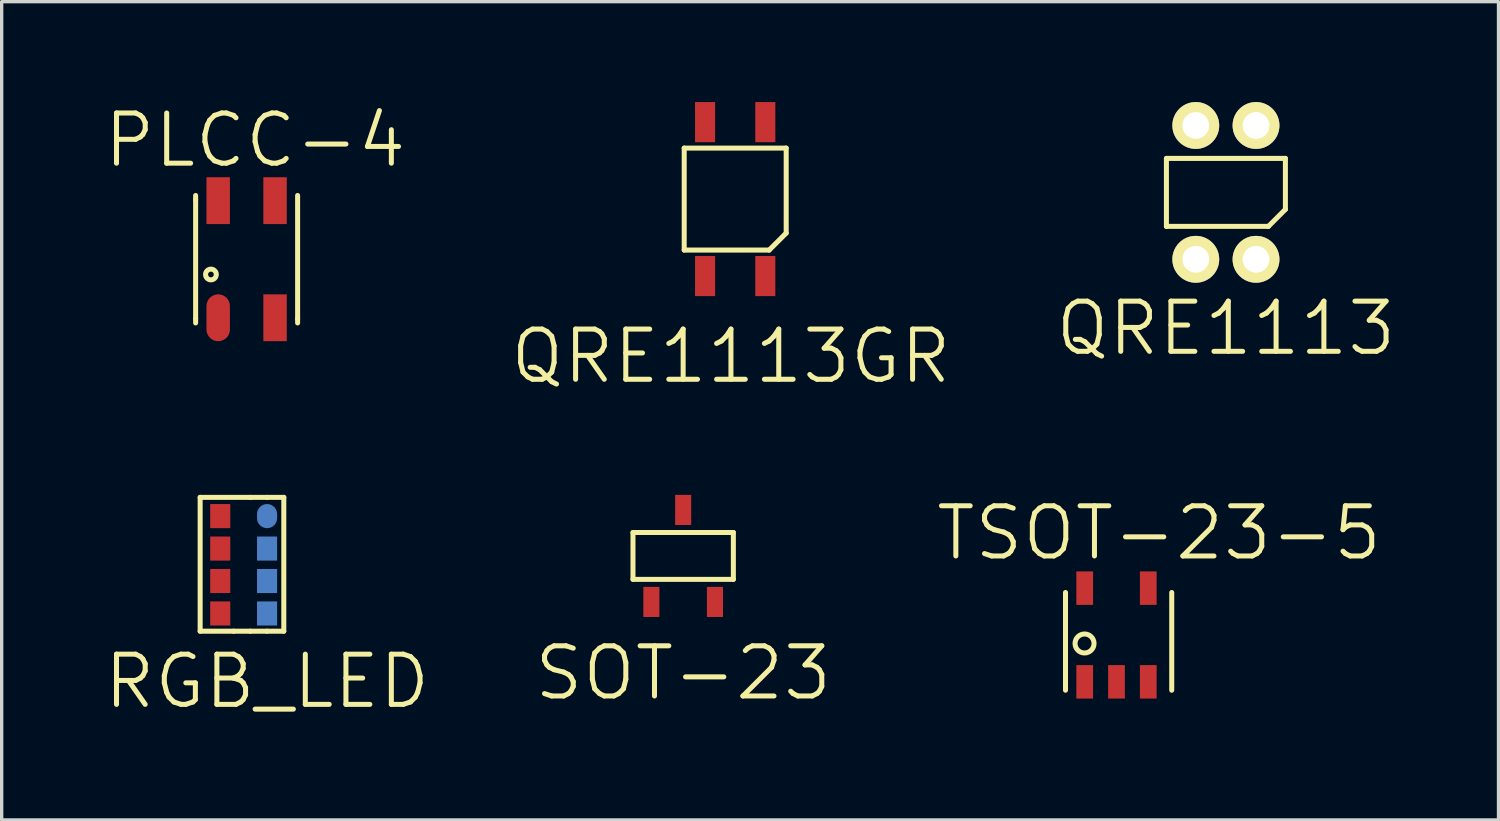
<source format=kicad_pcb>
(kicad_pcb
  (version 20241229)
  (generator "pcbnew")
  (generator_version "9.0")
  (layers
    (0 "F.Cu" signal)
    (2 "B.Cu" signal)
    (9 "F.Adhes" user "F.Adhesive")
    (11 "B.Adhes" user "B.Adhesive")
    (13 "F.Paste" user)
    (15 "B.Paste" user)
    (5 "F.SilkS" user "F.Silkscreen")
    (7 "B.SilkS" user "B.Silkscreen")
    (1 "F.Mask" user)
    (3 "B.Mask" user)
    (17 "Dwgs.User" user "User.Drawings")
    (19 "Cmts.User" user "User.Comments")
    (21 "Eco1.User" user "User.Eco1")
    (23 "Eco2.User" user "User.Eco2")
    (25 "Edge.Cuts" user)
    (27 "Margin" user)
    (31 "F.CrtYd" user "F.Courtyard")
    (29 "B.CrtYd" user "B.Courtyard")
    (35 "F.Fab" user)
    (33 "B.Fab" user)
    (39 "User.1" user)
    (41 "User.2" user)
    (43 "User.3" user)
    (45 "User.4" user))
  (footprint "QRE1113GR"
    (layer "F.Cu")
    (at 18.923 2.9)
    (property "Reference" "QRE1113GR" (at -0.127 4.699 0) (layer "F.SilkS") (effects (font (size 1.5 1.5) (thickness 0.15))))
    (attr through_hole)
    (fp_line (start -1.524 -1.524) (end 1.524 -1.524) (stroke (width 0.15) (type solid)) (layer "F.SilkS"))
    (fp_line (start -1.524 1.524) (end -1.524 -1.524) (stroke (width 0.15) (type solid)) (layer "F.SilkS"))
    (fp_line (start 1.016 1.524) (end -1.524 1.524) (stroke (width 0.15) (type solid)) (layer "F.SilkS"))
    (fp_line (start 1.524 -1.524) (end 1.524 1.016) (stroke (width 0.15) (type solid)) (layer "F.SilkS"))
    (fp_line (start 1.524 1.016) (end 1.016 1.524) (stroke (width 0.15) (type solid)) (layer "F.SilkS"))
    (pad "1" smd rect (at 0.9 2.3) (size 0.6 1.2) (layers "F.Cu" "F.Mask" "F.Paste"))
    (pad "2" smd rect (at 0.9 -2.3) (size 0.6 1.2) (layers "F.Cu" "F.Mask" "F.Paste"))
    (pad "3" smd rect (at -0.9 -2.3) (size 0.6 1.2) (layers "F.Cu" "F.Mask" "F.Paste"))
    (pad "4" smd rect (at -0.9 2.3) (size 0.6 1.2) (layers "F.Cu" "F.Mask" "F.Paste")))
  (footprint "SOT-23"
    (layer "F.Cu")
    (at 17.368 13.565)
    (property "Reference" "SOT-23" (at 0 3.5 0) (layer "F.SilkS") (effects (font (size 1.5 1.5) (thickness 0.15))))
    (attr through_hole)
    (fp_line (start -1.5 -0.7) (end 1.5 -0.7) (stroke (width 0.15) (type solid)) (layer "F.SilkS"))
    (fp_line (start -1.5 0.7) (end -1.5 -0.7) (stroke (width 0.15) (type solid)) (layer "F.SilkS"))
    (fp_line (start 1.5 -0.7) (end 1.5 0.7) (stroke (width 0.15) (type solid)) (layer "F.SilkS"))
    (fp_line (start 1.5 0.7) (end -1.5 0.7) (stroke (width 0.15) (type solid)) (layer "F.SilkS"))
    (pad "D" smd rect (at 0 -1.375) (size 0.48 0.9) (layers "F.Cu" "F.Mask" "F.Paste"))
    (pad "G" smd rect (at -0.95 1.375) (size 0.48 0.9) (layers "F.Cu" "F.Mask" "F.Paste"))
    (pad "S" smd rect (at 0.95 1.375) (size 0.48 0.9) (layers "F.Cu" "F.Mask" "F.Paste")))
  (footprint "PLCC-4"
    (layer "F.Cu")
    (at 4.321 4.697)
    (property "Reference" "PLCC-4" (at 0.254 -3.556 0) (layer "F.SilkS") (effects (font (size 1.5 1.5) (thickness 0.15))))
    (attr through_hole)
    (fp_line (start -1.524 -1.778) (end -1.524 -1.905) (stroke (width 0.15) (type solid)) (layer "F.SilkS"))
    (fp_line (start -1.524 -1.778) (end -1.524 1.778) (stroke (width 0.15) (type solid)) (layer "F.SilkS"))
    (fp_line (start -1.524 1.778) (end -1.524 1.905) (stroke (width 0.15) (type solid)) (layer "F.SilkS"))
    (fp_line (start 1.524 1.778) (end 1.524 -1.905) (stroke (width 0.15) (type solid)) (layer "F.SilkS"))
    (fp_line (start 1.524 1.778) (end 1.524 1.905) (stroke (width 0.15) (type solid)) (layer "F.SilkS"))
    (fp_circle (center -1.067 0.457) (end -1.219 0.406) (stroke (width 0.15) (type solid)) (fill no) (layer "F.SilkS"))
    (pad "BC" smd rect (at -0.85 -1.75) (size 0.7 1.4) (layers "F.Cu" "F.Mask" "F.Paste"))
    (pad "CA" smd oval (at -0.85 1.75) (size 0.7 1.4) (layers "F.Cu" "F.Mask" "F.Paste"))
    (pad "GC" smd rect (at 0.85 -1.75) (size 0.7 1.4) (layers "F.Cu" "F.Mask" "F.Paste"))
    (pad "RC" smd rect (at 0.85 1.75) (size 0.7 1.4) (layers "F.Cu" "F.Mask" "F.Paste")))
  (footprint "QRE1113"
    (layer "F.Cu")
    (at 33.589 2.7)
    (property "Reference" "QRE1113" (at 0 4.064 0) (layer "F.SilkS") (effects (font (size 1.5 1.5) (thickness 0.15))))
    (attr through_hole)
    (fp_line (start -1.778 -1.016) (end 1.778 -1.016) (stroke (width 0.15) (type solid)) (layer "F.SilkS"))
    (fp_line (start -1.778 1.016) (end -1.778 -1.016) (stroke (width 0.15) (type solid)) (layer "F.SilkS"))
    (fp_line (start 1.27 1.016) (end -1.778 1.016) (stroke (width 0.15) (type solid)) (layer "F.SilkS"))
    (fp_line (start 1.778 -1.016) (end 1.778 0.508) (stroke (width 0.15) (type solid)) (layer "F.SilkS"))
    (fp_line (start 1.778 0.508) (end 1.27 1.016) (stroke (width 0.15) (type solid)) (layer "F.SilkS"))
    (pad "1" thru_hole circle (at 0.9 2) (size 1.4 1.4) (drill 0.8) (layers "*.Cu" "*.Mask" "F.SilkS"))
    (pad "2" thru_hole circle (at 0.9 -2) (size 1.4 1.4) (drill 0.8) (layers "*.Cu" "*.Mask" "F.SilkS"))
    (pad "3" thru_hole circle (at -0.9 -2) (size 1.4 1.4) (drill 0.8) (layers "*.Cu" "*.Mask" "F.SilkS"))
    (pad "4" thru_hole circle (at -0.9 2) (size 1.4 1.4) (drill 0.8) (layers "*.Cu" "*.Mask" "F.SilkS")))
  (footprint "TSOT-23-5"
    (layer "F.Cu")
    (at 30.319 15.928)
    (property "Reference" "TSOT-23-5" (at 1.27 -3.048 0) (layer "F.SilkS") (effects (font (size 1.5 1.5) (thickness 0.15))))
    (attr through_hole)
    (fp_line (start -1.524 1.651) (end -1.524 -1.27) (stroke (width 0.15) (type solid)) (layer "F.SilkS"))
    (fp_line (start 1.651 -1.27) (end 1.651 1.651) (stroke (width 0.15) (type solid)) (layer "F.SilkS"))
    (fp_circle (center -0.955 0.254) (end -0.701 0.127) (stroke (width 0.15) (type solid)) (fill no) (layer "F.SilkS"))
    (pad "1" smd rect (at -0.95 1.4) (size 0.5 1) (layers "F.Cu" "F.Mask" "F.Paste"))
    (pad "2" smd rect (at 0 1.4) (size 0.5 1) (layers "F.Cu" "F.Mask" "F.Paste"))
    (pad "3" smd rect (at 0.95 1.4) (size 0.5 1) (layers "F.Cu" "F.Mask" "F.Paste"))
    (pad "4" smd rect (at 0.95 -1.4) (size 0.5 1) (layers "F.Cu" "F.Mask" "F.Paste"))
    (pad "5" smd rect (at -0.95 -1.4) (size 0.5 1) (layers "F.Cu" "F.Mask" "F.Paste")))
  (footprint "RGB_LED"
    (layer "F.Cu")
    (at 4.932 14.315)
    (property "Reference" "RGB_LED" (at 0 3 0) (layer "F.SilkS") (effects (font (size 1.5 1.5) (thickness 0.15))))
    (attr through_hole)
    (fp_line (start -2 -2.5) (end -2 1.5) (stroke (width 0.15) (type solid)) (layer "F.SilkS"))
    (fp_line (start -2 1.5) (end -1 1.5) (stroke (width 0.15) (type solid)) (layer "F.SilkS"))
    (fp_line (start -1 1.5) (end -0.5 1.5) (stroke (width 0.15) (type solid)) (layer "F.SilkS"))
    (fp_line (start -0.5 -2.5) (end -2 -2.5) (stroke (width 0.15) (type solid)) (layer "F.SilkS"))
    (fp_line (start -0.5 -2.5) (end 0 -2.5) (stroke (width 0.15) (type solid)) (layer "F.SilkS"))
    (fp_line (start -0.5 1.5) (end 0 1.5) (stroke (width 0.15) (type solid)) (layer "F.SilkS"))
    (fp_line (start 0 1.5) (end 0.5 1.5) (stroke (width 0.15) (type solid)) (layer "F.SilkS"))
    (fp_line (start 0.5 -2.5) (end 0 -2.5) (stroke (width 0.15) (type solid)) (layer "F.SilkS"))
    (fp_line (start 0.5 1.5) (end 0.5 -2.5) (stroke (width 0.15) (type solid)) (layer "F.SilkS"))
    (pad "1" smd oval (at 0 -1.94) (size 0.6 0.72) (layers "F.Mask" "B.Cu" "F.Paste"))
    (pad "2" smd rect (at 0 -0.97) (size 0.6 0.72) (layers "F.Mask" "B.Cu" "F.Paste"))
    (pad "3" smd rect (at 0 0) (size 0.6 0.72) (layers "F.Mask" "B.Cu" "F.Paste"))
    (pad "4" smd rect (at 0 0.97) (size 0.6 0.72) (layers "F.Mask" "B.Cu" "F.Paste"))
    (pad "5" smd rect (at -1.4 0.97) (size 0.6 0.72) (layers "F.Cu" "F.Mask" "F.Paste"))
    (pad "6" smd rect (at -1.4 0) (size 0.6 0.72) (layers "F.Cu" "F.Mask" "F.Paste"))
    (pad "7" smd rect (at -1.4 -0.97) (size 0.6 0.72) (layers "F.Cu" "F.Mask" "F.Paste"))
    (pad "8" smd rect (at -1.4 -1.94) (size 0.6 0.72) (layers "F.Cu" "F.Mask" "F.Paste")))
  (gr_rect
    (start -3 -3)
    (end 41.736 21.456)
    (stroke (width 0.1) (type default))
    (fill no)
    (layer "Edge.Cuts")))
</source>
